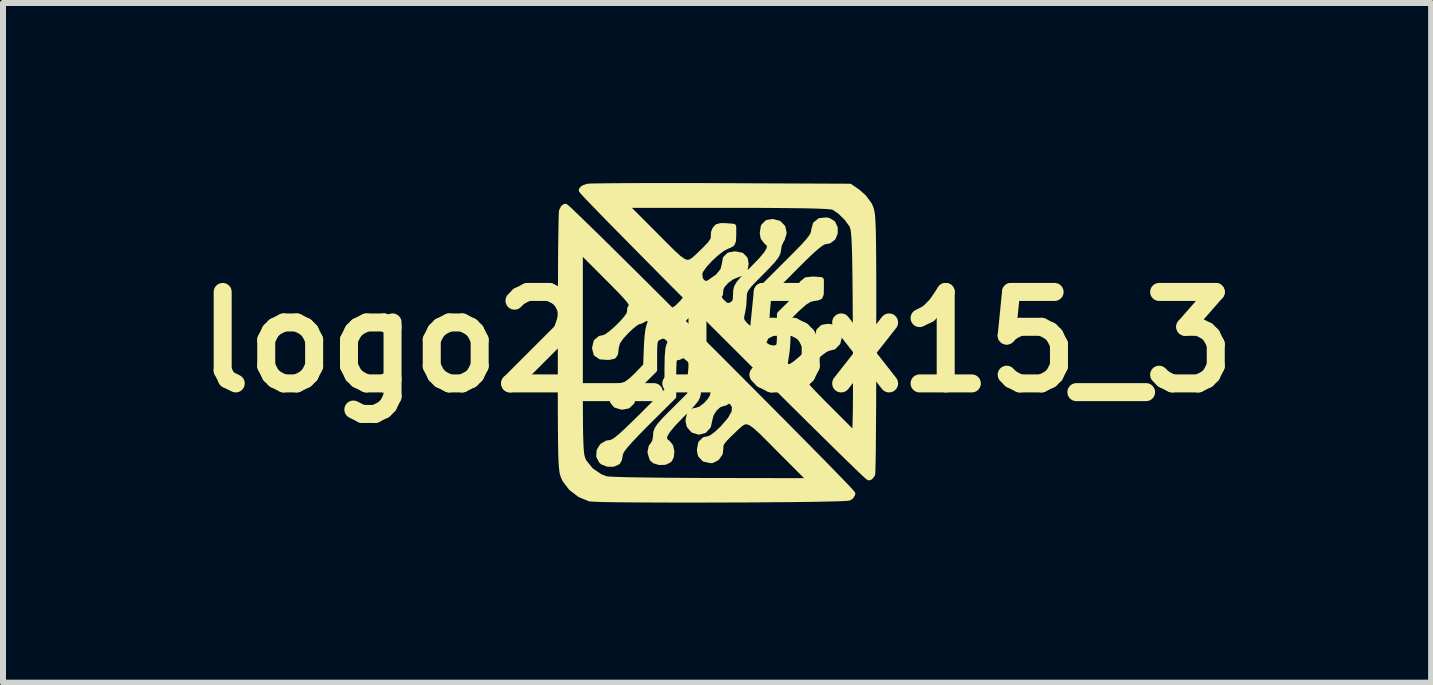
<source format=kicad_pcb>
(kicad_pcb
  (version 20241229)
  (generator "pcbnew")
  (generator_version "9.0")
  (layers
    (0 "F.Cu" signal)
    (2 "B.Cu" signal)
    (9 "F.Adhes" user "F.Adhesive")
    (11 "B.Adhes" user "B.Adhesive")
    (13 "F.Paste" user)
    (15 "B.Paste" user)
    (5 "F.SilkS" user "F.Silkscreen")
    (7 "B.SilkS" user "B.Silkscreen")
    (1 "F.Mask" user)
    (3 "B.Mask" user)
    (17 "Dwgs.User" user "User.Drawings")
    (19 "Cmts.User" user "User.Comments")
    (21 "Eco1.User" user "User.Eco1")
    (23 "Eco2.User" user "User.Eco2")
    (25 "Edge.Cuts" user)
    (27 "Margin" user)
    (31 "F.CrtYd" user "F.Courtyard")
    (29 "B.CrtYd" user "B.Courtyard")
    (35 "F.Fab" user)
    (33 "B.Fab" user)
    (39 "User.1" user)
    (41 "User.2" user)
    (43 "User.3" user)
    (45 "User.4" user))
  (footprint "logo2_15x15_3"
    (layer "F.Cu")
    (at 8.897 2.649)
    (property "Reference" "logo2_15x15_3" (at 0 0 0) (layer "F.SilkS") (effects (font (size 1.524 1.524) (thickness 0.3))))
    (attr through_hole)
    (fp_poly (pts (xy 2.603 0.007) (xy 2.603 0.372) (xy 2.602 0.718) (xy 2.601 1.041) (xy 2.599 1.336) (xy 2.597 1.596) (xy 2.595 1.817) (xy 2.592 1.993) (xy 2.589 2.12) (xy 2.586 2.191) (xy 2.584 2.204) (xy 2.549 2.248) (xy 2.529 2.254) (xy 2.502 2.232) (xy 2.433 2.168) (xy 2.325 2.065) (xy 2.315 2.055) (xy 2.315 0.527) (xy 2.315 0.257) (xy 2.314 -0.034) (xy 2.312 -0.336) (xy 2.311 -0.476) (xy 2.309 -0.814) (xy 2.306 -1.093) (xy 2.303 -1.321) (xy 2.299 -1.503) (xy 2.294 -1.644) (xy 2.288 -1.752) (xy 2.281 -1.831) (xy 2.272 -1.887) (xy 2.261 -1.926) (xy 2.249 -1.953) (xy 2.165 -2.068) (xy 2.053 -2.178) (xy 1.947 -2.25) (xy 1.905 -2.259) (xy 1.816 -2.267) (xy 1.678 -2.273) (xy 1.487 -2.278) (xy 1.241 -2.281) (xy 0.939 -2.284) (xy 0.578 -2.286) (xy 0.169 -2.286) (xy -1.539 -2.286) (xy -1.035 -1.781) (xy -0.867 -1.612) (xy -0.738 -1.484) (xy -0.639 -1.394) (xy -0.562 -1.34) (xy -0.499 -1.318) (xy -0.443 -1.327) (xy -0.384 -1.364) (xy -0.315 -1.426) (xy -0.228 -1.51) (xy -0.218 -1.519) (xy -0.114 -1.627) (xy -0.061 -1.704) (xy -0.054 -1.746) (xy -0.052 -1.818) (xy -0.033 -1.872) (xy 0.004 -1.916) (xy 0.063 -1.932) (xy 0.137 -1.931) (xy 0.27 -1.921) (xy 0.27 -1.778) (xy 0.266 -1.688) (xy 0.246 -1.64) (xy 0.196 -1.612) (xy 0.166 -1.602) (xy 0.159 -1.598) (xy 0.159 -1.778) (xy 0.135 -1.809) (xy 0.127 -1.81) (xy 0.096 -1.786) (xy 0.095 -1.778) (xy 0.119 -1.747) (xy 0.127 -1.746) (xy 0.158 -1.77) (xy 0.159 -1.778) (xy 0.159 -1.598) (xy 0.082 -1.558) (xy -0.018 -1.48) (xy -0.121 -1.385) (xy -0.212 -1.285) (xy -0.276 -1.196) (xy -0.296 -1.147) (xy -0.287 -1.05) (xy -0.256 -1.005) (xy -0.206 -0.966) (xy -0.155 -0.973) (xy -0.123 -0.989) (xy 0.018 -1.088) (xy 0.103 -1.192) (xy 0.127 -1.285) (xy 0.146 -1.389) (xy 0.205 -1.445) (xy 0.302 -1.461) (xy 0.406 -1.441) (xy 0.463 -1.38) (xy 0.476 -1.303) (xy 0.46 -1.207) (xy 0.406 -1.151) (xy 0.338 -1.127) (xy 0.338 -1.289) (xy 0.333 -1.302) (xy 0.305 -1.332) (xy 0.3 -1.333) (xy 0.286 -1.309) (xy 0.286 -1.302) (xy 0.31 -1.271) (xy 0.319 -1.27) (xy 0.338 -1.289) (xy 0.338 -1.127) (xy 0.333 -1.126) (xy 0.243 -1.088) (xy 0.156 -1.025) (xy 0.088 -0.951) (xy 0.054 -0.883) (xy 0.054 -0.858) (xy 0.049 -0.799) (xy 0.032 -0.778) (xy 0.022 -0.744) (xy 0.065 -0.682) (xy 0.079 -0.667) (xy 0.14 -0.611) (xy 0.189 -0.598) (xy 0.24 -0.615) (xy 0.289 -0.649) (xy 0.312 -0.702) (xy 0.317 -0.794) (xy 0.319 -0.856) (xy 0.331 -0.907) (xy 0.359 -0.96) (xy 0.41 -1.024) (xy 0.493 -1.112) (xy 0.603 -1.222) (xy 0.739 -1.362) (xy 0.828 -1.468) (xy 0.875 -1.548) (xy 0.883 -1.607) (xy 0.856 -1.653) (xy 0.826 -1.675) (xy 0.773 -1.744) (xy 0.762 -1.82) (xy 0.78 -1.926) (xy 0.838 -1.985) (xy 0.925 -2) (xy 1.025 -1.975) (xy 1.09 -1.909) (xy 1.11 -1.818) (xy 1.08 -1.719) (xy 1.065 -1.697) (xy 1.03 -1.619) (xy 1.017 -1.539) (xy 1.008 -1.489) (xy 0.979 -1.432) (xy 0.971 -1.422) (xy 0.971 -1.834) (xy 0.967 -1.844) (xy 0.928 -1.86) (xy 0.918 -1.856) (xy 0.902 -1.817) (xy 0.907 -1.807) (xy 0.945 -1.791) (xy 0.955 -1.796) (xy 0.971 -1.834) (xy 0.971 -1.422) (xy 0.921 -1.358) (xy 0.828 -1.258) (xy 0.73 -1.159) (xy 0.612 -1.04) (xy 0.532 -0.955) (xy 0.483 -0.892) (xy 0.456 -0.84) (xy 0.446 -0.788) (xy 0.445 -0.731) (xy 0.437 -0.613) (xy 0.419 -0.5) (xy 0.413 -0.477) (xy 0.398 -0.399) (xy 0.414 -0.342) (xy 0.467 -0.279) (xy 0.537 -0.221) (xy 0.582 -0.22) (xy 0.584 -0.222) (xy 0.641 -0.25) (xy 0.673 -0.254) (xy 0.699 -0.26) (xy 0.716 -0.286) (xy 0.726 -0.344) (xy 0.73 -0.444) (xy 0.73 -0.564) (xy 0.73 -0.874) (xy 1.175 -1.318) (xy 1.329 -1.473) (xy 1.444 -1.591) (xy 1.524 -1.68) (xy 1.576 -1.746) (xy 1.605 -1.797) (xy 1.617 -1.839) (xy 1.619 -1.866) (xy 1.645 -1.96) (xy 1.716 -2.016) (xy 1.819 -2.026) (xy 1.855 -2.02) (xy 1.926 -1.976) (xy 1.961 -1.901) (xy 1.961 -1.817) (xy 1.929 -1.74) (xy 1.865 -1.691) (xy 1.818 -1.683) (xy 1.81 -1.681) (xy 1.81 -1.841) (xy 1.785 -1.872) (xy 1.776 -1.873) (xy 1.757 -1.854) (xy 1.762 -1.841) (xy 1.791 -1.811) (xy 1.796 -1.81) (xy 1.809 -1.834) (xy 1.81 -1.841) (xy 1.81 -1.681) (xy 1.779 -1.675) (xy 1.728 -1.647) (xy 1.659 -1.594) (xy 1.565 -1.511) (xy 1.441 -1.392) (xy 1.28 -1.232) (xy 1.279 -1.23) (xy 0.828 -0.778) (xy 0.823 -0.413) (xy 0.818 -0.233) (xy 0.807 -0.106) (xy 0.791 -0.036) (xy 0.782 -0.025) (xy 0.766 0.01) (xy 0.795 0.051) (xy 0.851 0.088) (xy 0.92 0.107) (xy 0.96 0.105) (xy 1.002 0.095) (xy 1.028 0.075) (xy 1.042 0.033) (xy 1.047 -0.045) (xy 1.048 -0.173) (xy 1.048 -0.187) (xy 1.048 -0.463) (xy 1.222 -0.635) (xy 1.312 -0.732) (xy 1.374 -0.816) (xy 1.397 -0.873) (xy 1.397 -0.874) (xy 1.42 -0.974) (xy 1.489 -1.03) (xy 1.603 -1.042) (xy 1.605 -1.042) (xy 1.73 -1.032) (xy 1.73 -0.889) (xy 1.728 -0.801) (xy 1.711 -0.758) (xy 1.666 -0.741) (xy 1.619 -0.736) (xy 1.619 -0.889) (xy 1.595 -0.92) (xy 1.587 -0.921) (xy 1.557 -0.897) (xy 1.556 -0.889) (xy 1.58 -0.858) (xy 1.587 -0.857) (xy 1.618 -0.881) (xy 1.619 -0.889) (xy 1.619 -0.736) (xy 1.54 -0.716) (xy 1.455 -0.664) (xy 1.349 -0.57) (xy 1.341 -0.563) (xy 1.175 -0.399) (xy 1.175 -0.128) (xy 1.171 0.012) (xy 1.161 0.142) (xy 1.147 0.237) (xy 1.144 0.252) (xy 1.129 0.351) (xy 1.146 0.401) (xy 1.182 0.422) (xy 1.233 0.411) (xy 1.307 0.363) (xy 1.411 0.275) (xy 1.5 0.192) (xy 1.598 0.093) (xy 1.655 0.019) (xy 1.679 -0.043) (xy 1.683 -0.08) (xy 1.702 -0.183) (xy 1.762 -0.239) (xy 1.857 -0.254) (xy 1.961 -0.235) (xy 2.018 -0.174) (xy 2.032 -0.091) (xy 2.007 0.008) (xy 1.94 0.076) (xy 1.892 0.088) (xy 1.892 -0.079) (xy 1.889 -0.096) (xy 1.851 -0.114) (xy 1.839 -0.11) (xy 1.811 -0.079) (xy 1.843 -0.064) (xy 1.859 -0.064) (xy 1.892 -0.079) (xy 1.892 0.088) (xy 1.864 0.095) (xy 1.809 0.116) (xy 1.732 0.171) (xy 1.644 0.247) (xy 1.56 0.33) (xy 1.492 0.41) (xy 1.454 0.472) (xy 1.451 0.497) (xy 1.447 0.555) (xy 1.427 0.59) (xy 1.418 0.612) (xy 1.427 0.644) (xy 1.459 0.692) (xy 1.519 0.763) (xy 1.611 0.862) (xy 1.741 0.995) (xy 1.844 1.098) (xy 2.302 1.557) (xy 2.311 1.231) (xy 2.313 1.128) (xy 2.314 0.971) (xy 2.315 0.768) (xy 2.315 0.527) (xy 2.315 2.055) (xy 2.182 1.926) (xy 2.005 1.753) (xy 1.799 1.55) (xy 1.565 1.32) (xy 1.308 1.065) (xy 1.03 0.789) (xy 0.733 0.494) (xy 0.422 0.183) (xy 0.119 -0.119) (xy -0.204 -0.442) (xy -0.513 -0.753) (xy -0.807 -1.048) (xy -1.082 -1.326) (xy -1.335 -1.582) (xy -1.564 -1.814) (xy -1.765 -2.018) (xy -1.936 -2.193) (xy -2.073 -2.335) (xy -2.174 -2.44) (xy -2.235 -2.507) (xy -2.254 -2.531) (xy -2.227 -2.562) (xy -2.159 -2.586) (xy -2.151 -2.588) (xy -2.102 -2.591) (xy -1.995 -2.593) (xy -1.836 -2.595) (xy -1.63 -2.597) (xy -1.383 -2.598) (xy -1.099 -2.599) (xy -0.786 -2.599) (xy -0.447 -2.599) (xy -0.089 -2.598) (xy 0.082 -2.597) (xy 2.212 -2.588) (xy 2.343 -2.497) (xy 2.445 -2.405) (xy 2.527 -2.295) (xy 2.539 -2.272) (xy 2.552 -2.245) (xy 2.562 -2.214) (xy 2.572 -2.177) (xy 2.58 -2.128) (xy 2.586 -2.062) (xy 2.591 -1.975) (xy 2.595 -1.861) (xy 2.598 -1.717) (xy 2.6 -1.537) (xy 2.602 -1.316) (xy 2.603 -1.051) (xy 2.603 -0.736) (xy 2.603 -0.366) (xy 2.603 0.007)) (stroke (width 0.1) (type solid)) (fill yes) (layer "F.SilkS"))
    (fp_poly (pts (xy 2.254 2.529) (xy 2.229 2.571) (xy 2.199 2.592) (xy 2.157 2.597) (xy 2.059 2.602) (xy 1.91 2.606) (xy 1.716 2.61) (xy 1.571 2.613) (xy 1.571 2.318) (xy 1.05 1.797) (xy 0.88 1.625) (xy 0.748 1.494) (xy 0.647 1.402) (xy 0.568 1.344) (xy 0.505 1.32) (xy 0.448 1.325) (xy 0.391 1.358) (xy 0.325 1.416) (xy 0.242 1.496) (xy 0.219 1.518) (xy 0.125 1.612) (xy 0.073 1.679) (xy 0.055 1.732) (xy 0.056 1.765) (xy 0.046 1.852) (xy -0.006 1.927) (xy -0.083 1.967) (xy -0.095 1.968) (xy -0.095 1.776) (xy -0.115 1.757) (xy -0.127 1.762) (xy -0.157 1.791) (xy -0.159 1.796) (xy -0.134 1.809) (xy -0.127 1.81) (xy -0.096 1.785) (xy -0.095 1.776) (xy -0.095 1.968) (xy -0.102 1.968) (xy -0.209 1.945) (xy -0.271 1.878) (xy -0.286 1.799) (xy -0.266 1.69) (xy -0.207 1.631) (xy -0.143 1.619) (xy -0.087 1.596) (xy -0.003 1.534) (xy 0.096 1.441) (xy 0.1 1.437) (xy 0.224 1.292) (xy 0.291 1.172) (xy 0.3 1.075) (xy 0.256 1.002) (xy 0.201 0.969) (xy 0.176 0.982) (xy 0.129 1.012) (xy 0.103 1.016) (xy 0.027 1.043) (xy -0.048 1.112) (xy -0.105 1.202) (xy -0.127 1.29) (xy -0.151 1.399) (xy -0.216 1.47) (xy -0.267 1.483) (xy -0.267 1.318) (xy -0.27 1.301) (xy -0.308 1.283) (xy -0.32 1.287) (xy -0.348 1.318) (xy -0.316 1.333) (xy -0.3 1.333) (xy -0.267 1.318) (xy -0.267 1.483) (xy -0.302 1.492) (xy -0.396 1.464) (xy -0.459 1.39) (xy -0.476 1.306) (xy -0.454 1.207) (xy -0.39 1.152) (xy -0.336 1.143) (xy -0.268 1.119) (xy -0.188 1.058) (xy -0.115 0.98) (xy -0.07 0.904) (xy -0.064 0.873) (xy -0.049 0.804) (xy -0.031 0.774) (xy -0.022 0.731) (xy -0.058 0.683) (xy -0.12 0.643) (xy -0.194 0.623) (xy -0.23 0.625) (xy -0.284 0.642) (xy -0.309 0.676) (xy -0.317 0.747) (xy -0.318 0.79) (xy -0.319 0.852) (xy -0.33 0.904) (xy -0.357 0.957) (xy -0.407 1.02) (xy -0.488 1.107) (xy -0.602 1.222) (xy -0.74 1.366) (xy -0.831 1.477) (xy -0.878 1.559) (xy -0.884 1.62) (xy -0.853 1.665) (xy -0.826 1.683) (xy -0.78 1.738) (xy -0.761 1.824) (xy -0.771 1.912) (xy -0.8 1.962) (xy -0.869 1.996) (xy -0.889 1.996) (xy -0.889 1.841) (xy -0.913 1.811) (xy -0.921 1.81) (xy -0.952 1.834) (xy -0.953 1.841) (xy -0.928 1.872) (xy -0.921 1.873) (xy -0.89 1.849) (xy -0.889 1.841) (xy -0.889 1.996) (xy -0.958 1.999) (xy -1.039 1.975) (xy -1.078 1.939) (xy -1.109 1.836) (xy -1.091 1.748) (xy -1.064 1.714) (xy -1.031 1.657) (xy -1.016 1.57) (xy -1.016 1.559) (xy -1.012 1.506) (xy -0.994 1.456) (xy -0.955 1.397) (xy -0.888 1.319) (xy -0.785 1.213) (xy -0.73 1.159) (xy -0.445 0.874) (xy -0.445 0.666) (xy -0.439 0.547) (xy -0.424 0.458) (xy -0.407 0.419) (xy -0.392 0.383) (xy -0.419 0.332) (xy -0.46 0.286) (xy -0.533 0.224) (xy -0.58 0.219) (xy -0.584 0.222) (xy -0.641 0.25) (xy -0.673 0.254) (xy -0.699 0.26) (xy -0.716 0.285) (xy -0.725 0.341) (xy -0.729 0.438) (xy -0.73 0.58) (xy -0.73 0.906) (xy -1.175 1.349) (xy -1.338 1.514) (xy -1.458 1.641) (xy -1.542 1.737) (xy -1.593 1.806) (xy -1.616 1.856) (xy -1.619 1.874) (xy -1.633 1.951) (xy -1.657 1.994) (xy -1.728 2.027) (xy -1.746 2.027) (xy -1.746 1.856) (xy -1.771 1.842) (xy -1.778 1.841) (xy -1.809 1.866) (xy -1.81 1.875) (xy -1.79 1.894) (xy -1.778 1.889) (xy -1.748 1.861) (xy -1.746 1.856) (xy -1.746 2.027) (xy -1.821 2.027) (xy -1.903 1.995) (xy -1.919 1.982) (xy -1.963 1.901) (xy -1.957 1.812) (xy -1.91 1.736) (xy -1.83 1.689) (xy -1.781 1.683) (xy -1.74 1.672) (xy -1.682 1.636) (xy -1.6 1.57) (xy -1.49 1.469) (xy -1.346 1.329) (xy -1.262 1.247) (xy -0.826 0.81) (xy -0.826 0.443) (xy -0.822 0.248) (xy -0.811 0.115) (xy -0.793 0.045) (xy -0.787 0.038) (xy -0.769 -0.001) (xy -0.799 -0.05) (xy -0.812 -0.064) (xy -0.866 -0.106) (xy -0.92 -0.104) (xy -0.961 -0.088) (xy -1.004 -0.064) (xy -1.03 -0.034) (xy -1.042 0.019) (xy -1.047 0.11) (xy -1.048 0.207) (xy -1.048 0.463) (xy -1.222 0.635) (xy -1.324 0.744) (xy -1.38 0.827) (xy -1.397 0.894) (xy -1.422 0.996) (xy -1.489 1.059) (xy -1.556 1.072) (xy -1.556 0.887) (xy -1.575 0.868) (xy -1.587 0.873) (xy -1.618 0.902) (xy -1.619 0.907) (xy -1.595 0.92) (xy -1.587 0.921) (xy -1.557 0.896) (xy -1.556 0.887) (xy -1.556 1.072) (xy -1.584 1.077) (xy -1.685 1.047) (xy -1.735 0.986) (xy -1.746 0.91) (xy -1.728 0.803) (xy -1.669 0.745) (xy -1.588 0.73) (xy -1.516 0.708) (xy -1.423 0.64) (xy -1.343 0.564) (xy -1.181 0.397) (xy -1.169 0.075) (xy -1.159 -0.081) (xy -1.144 -0.203) (xy -1.126 -0.279) (xy -1.118 -0.294) (xy -1.103 -0.346) (xy -1.129 -0.39) (xy -1.177 -0.405) (xy -1.214 -0.386) (xy -1.276 -0.353) (xy -1.301 -0.349) (xy -1.347 -0.328) (xy -1.42 -0.271) (xy -1.507 -0.191) (xy -1.515 -0.183) (xy -1.606 -0.083) (xy -1.659 -0.006) (xy -1.683 0.068) (xy -1.689 0.111) (xy -1.699 0.193) (xy -1.726 0.231) (xy -1.789 0.245) (xy -1.81 0.247) (xy -1.81 0.095) (xy -1.834 0.064) (xy -1.841 0.064) (xy -1.872 0.088) (xy -1.873 0.095) (xy -1.849 0.126) (xy -1.841 0.127) (xy -1.811 0.103) (xy -1.81 0.095) (xy -1.81 0.247) (xy -1.82 0.248) (xy -1.938 0.24) (xy -2.008 0.193) (xy -2.032 0.103) (xy -2.032 0.098) (xy -2.009 -0.001) (xy -1.945 -0.055) (xy -1.892 -0.064) (xy -1.84 -0.085) (xy -1.763 -0.14) (xy -1.675 -0.217) (xy -1.587 -0.304) (xy -1.512 -0.388) (xy -1.463 -0.457) (xy -1.451 -0.497) (xy -1.447 -0.555) (xy -1.427 -0.59) (xy -1.418 -0.612) (xy -1.427 -0.644) (xy -1.459 -0.693) (xy -1.518 -0.763) (xy -1.611 -0.862) (xy -1.741 -0.994) (xy -1.836 -1.089) (xy -2.286 -1.54) (xy -2.286 0.17) (xy -2.286 0.543) (xy -2.286 0.858) (xy -2.285 1.12) (xy -2.284 1.334) (xy -2.282 1.507) (xy -2.278 1.642) (xy -2.274 1.747) (xy -2.268 1.825) (xy -2.261 1.883) (xy -2.251 1.925) (xy -2.24 1.958) (xy -2.226 1.986) (xy -2.216 2.005) (xy -2.105 2.142) (xy -1.952 2.246) (xy -1.849 2.286) (xy -1.801 2.291) (xy -1.696 2.296) (xy -1.54 2.301) (xy -1.339 2.305) (xy -1.1 2.308) (xy -0.829 2.311) (xy -0.532 2.313) (xy -0.216 2.315) (xy -0.096 2.315) (xy 1.571 2.318) (xy 1.571 2.613) (xy 1.485 2.614) (xy 1.223 2.617) (xy 0.936 2.619) (xy 0.63 2.622) (xy 0.313 2.623) (xy -0.01 2.624) (xy -0.332 2.625) (xy -0.647 2.625) (xy -0.947 2.624) (xy -1.228 2.623) (xy -1.481 2.621) (xy -1.702 2.619) (xy -1.883 2.616) (xy -2.017 2.612) (xy -2.1 2.607) (xy -2.12 2.605) (xy -2.283 2.538) (xy -2.427 2.427) (xy -2.53 2.291) (xy -2.536 2.278) (xy -2.549 2.25) (xy -2.561 2.22) (xy -2.571 2.184) (xy -2.579 2.137) (xy -2.585 2.074) (xy -2.591 1.991) (xy -2.595 1.883) (xy -2.598 1.744) (xy -2.6 1.571) (xy -2.602 1.358) (xy -2.603 1.101) (xy -2.603 0.795) (xy -2.603 0.435) (xy -2.603 0.016) (xy -2.603 0.014) (xy -2.603 -0.35) (xy -2.602 -0.695) (xy -2.6 -1.018) (xy -2.599 -1.313) (xy -2.597 -1.574) (xy -2.594 -1.795) (xy -2.591 -1.972) (xy -2.588 -2.099) (xy -2.585 -2.17) (xy -2.583 -2.183) (xy -2.555 -2.238) (xy -2.528 -2.254) (xy -2.501 -2.232) (xy -2.433 -2.169) (xy -2.327 -2.067) (xy -2.187 -1.931) (xy -2.016 -1.765) (xy -1.819 -1.571) (xy -1.599 -1.353) (xy -1.359 -1.116) (xy -1.103 -0.861) (xy -0.835 -0.594) (xy -0.557 -0.318) (xy -0.275 -0.036) (xy 0.01 0.248) (xy 0.292 0.531) (xy 0.569 0.809) (xy 0.837 1.079) (xy 1.093 1.336) (xy 1.332 1.578) (xy 1.552 1.8) (xy 1.748 1.999) (xy 1.917 2.172) (xy 2.056 2.315) (xy 2.161 2.424) (xy 2.228 2.497) (xy 2.254 2.528) (xy 2.254 2.529)) (stroke (width 0.1) (type solid)) (fill yes) (layer "F.SilkS")))
  (gr_rect
    (start -3 -3)
    (end 20.795 8.324)
    (stroke (width 0.1) (type default))
    (fill no)
    (layer "Edge.Cuts")))
</source>
